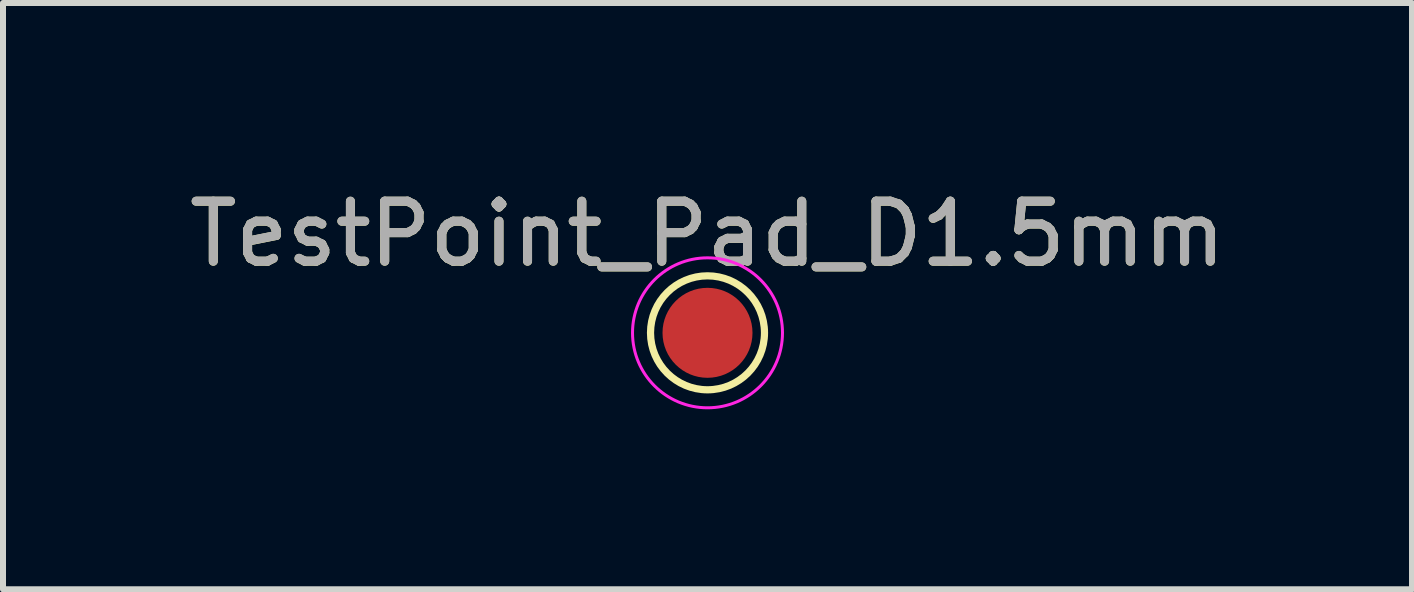
<source format=kicad_pcb>
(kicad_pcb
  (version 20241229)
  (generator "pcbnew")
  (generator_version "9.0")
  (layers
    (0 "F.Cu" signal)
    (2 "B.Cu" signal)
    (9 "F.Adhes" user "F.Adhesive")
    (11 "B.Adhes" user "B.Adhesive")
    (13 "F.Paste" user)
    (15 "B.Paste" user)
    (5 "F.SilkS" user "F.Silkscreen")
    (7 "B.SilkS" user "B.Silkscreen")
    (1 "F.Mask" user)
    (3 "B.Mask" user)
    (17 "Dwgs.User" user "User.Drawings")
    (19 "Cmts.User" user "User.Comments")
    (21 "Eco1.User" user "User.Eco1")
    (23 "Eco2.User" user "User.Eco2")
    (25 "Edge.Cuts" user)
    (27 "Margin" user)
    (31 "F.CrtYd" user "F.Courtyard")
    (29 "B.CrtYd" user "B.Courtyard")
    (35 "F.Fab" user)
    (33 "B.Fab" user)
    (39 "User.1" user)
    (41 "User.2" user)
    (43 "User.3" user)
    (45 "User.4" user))
  (footprint "TestPoint_Pad_D1.5mm"
    (layer "F.Cu")
    (at 8.744 2.498)
    (property "Reference" "TestPoint_Pad_D1.5mm" (at 0 -1.648 0) (layer "F.SilkS") (effects (font (size 1 1) (thickness 0.15))))
    (attr exclude_from_pos_files exclude_from_bom)
    (fp_circle (center 0 0) (end 0 0.95) (stroke (width 0.12) (type solid)) (fill no) (layer "F.SilkS"))
    (fp_circle (center 0 0) (end 1.25 0) (stroke (width 0.05) (type solid)) (fill no) (layer "F.CrtYd"))
    (fp_text user "${REFERENCE}" (at 0 -1.65 0) (layer "F.Fab") (effects (font (size 1 1) (thickness 0.15))))
    (pad "1" smd circle (at 0 0) (size 1.5 1.5) (layers "F.Cu" "F.Mask")))
  (gr_rect
    (start -3 -3)
    (end 20.488 6.773)
    (stroke (width 0.1) (type default))
    (fill no)
    (layer "Edge.Cuts")))
</source>
